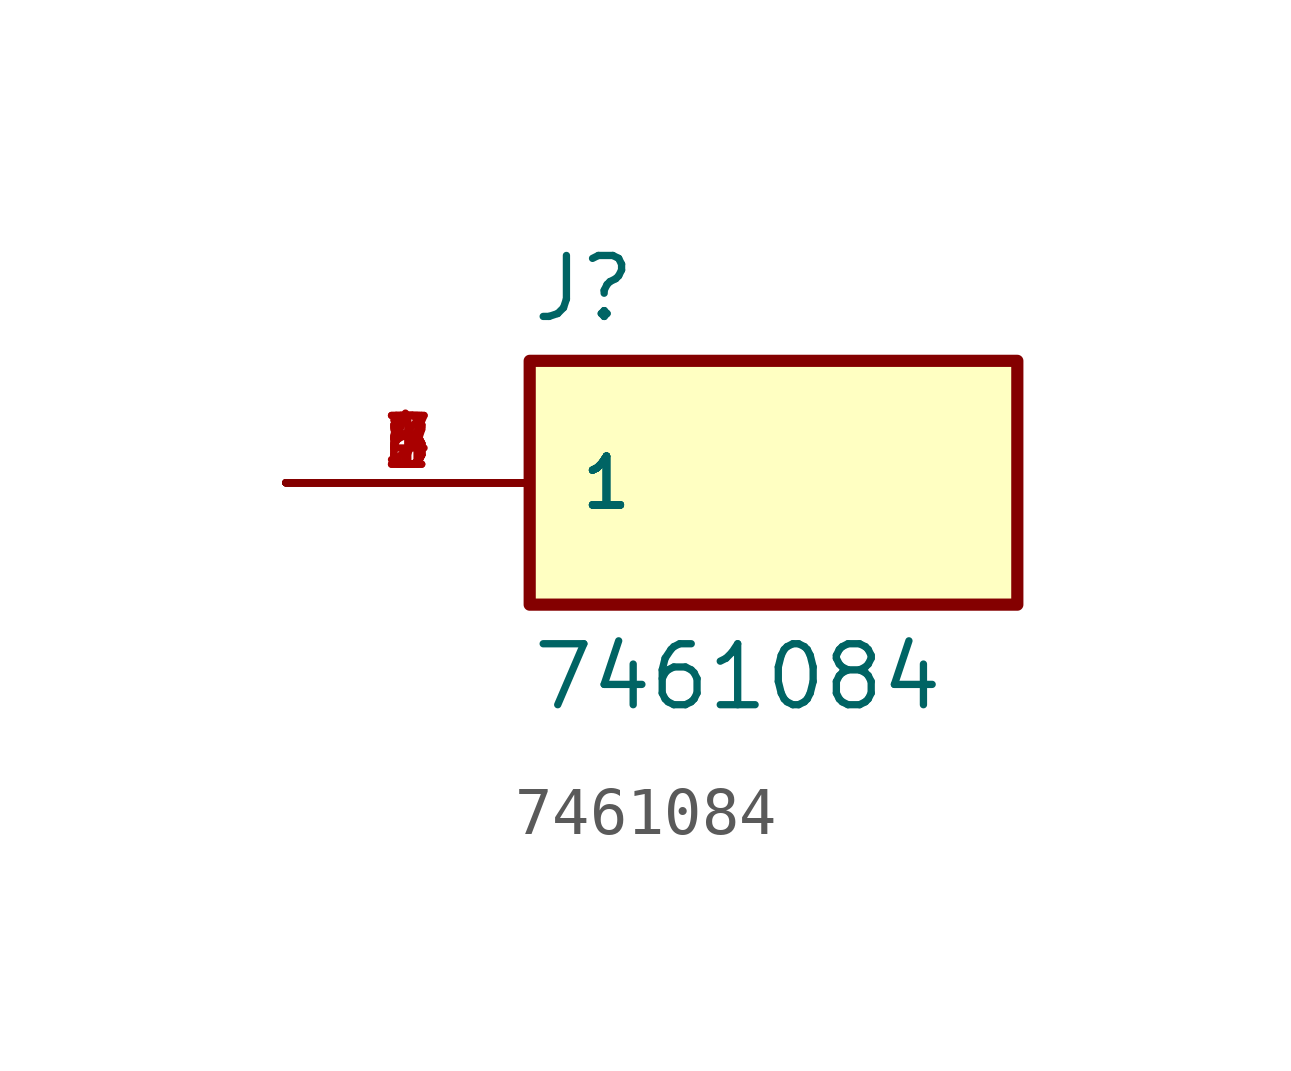
<source format=kicad_sym>
(kicad_symbol_lib
  (version 20211014)
  (generator kicad_symbol_editor)
  (symbol "7461084"
    (pin_names
      (offset 1.016))
    (property "Reference" "J"
      (at -5.08 3.302 0)
      (effects (font (size 1.27 1.27)) (justify bottom left)))
    (property "Value" "7461084"
      (at -5.08 -3.302 0)
      (effects (font (size 1.27 1.27)) (justify top left)))
    (symbol "7461084_0_0"
      (rectangle (start -5.08 -2.54) (end 5.08 2.54) (stroke (width 0.254)) (fill (type background)))
      (pin passive line (at -10.16 0.0 0) (length 5.08) (name "1" (effects (font (size 1.016 1.016)))) (number "1" (effects (font (size 1.016 1.016)))))
      (pin passive line (at -10.16 0.0 0) (length 5.08) (name "1" (effects (font (size 1.016 1.016)))) (number "2" (effects (font (size 1.016 1.016)))))
      (pin passive line (at -10.16 0.0 0) (length 5.08) (name "1" (effects (font (size 1.016 1.016)))) (number "3" (effects (font (size 1.016 1.016)))))
      (pin passive line (at -10.16 0.0 0) (length 5.08) (name "1" (effects (font (size 1.016 1.016)))) (number "4" (effects (font (size 1.016 1.016)))))
      (pin passive line (at -10.16 0.0 0) (length 5.08) (name "1" (effects (font (size 1.016 1.016)))) (number "5" (effects (font (size 1.016 1.016)))))
      (pin passive line (at -10.16 0.0 0) (length 5.08) (name "1" (effects (font (size 1.016 1.016)))) (number "6" (effects (font (size 1.016 1.016)))))
      (pin passive line (at -10.16 0.0 0) (length 5.08) (name "1" (effects (font (size 1.016 1.016)))) (number "7" (effects (font (size 1.016 1.016)))))
      (pin passive line (at -10.16 0.0 0) (length 5.08) (name "1" (effects (font (size 1.016 1.016)))) (number "8" (effects (font (size 1.016 1.016))))))))
</source>
